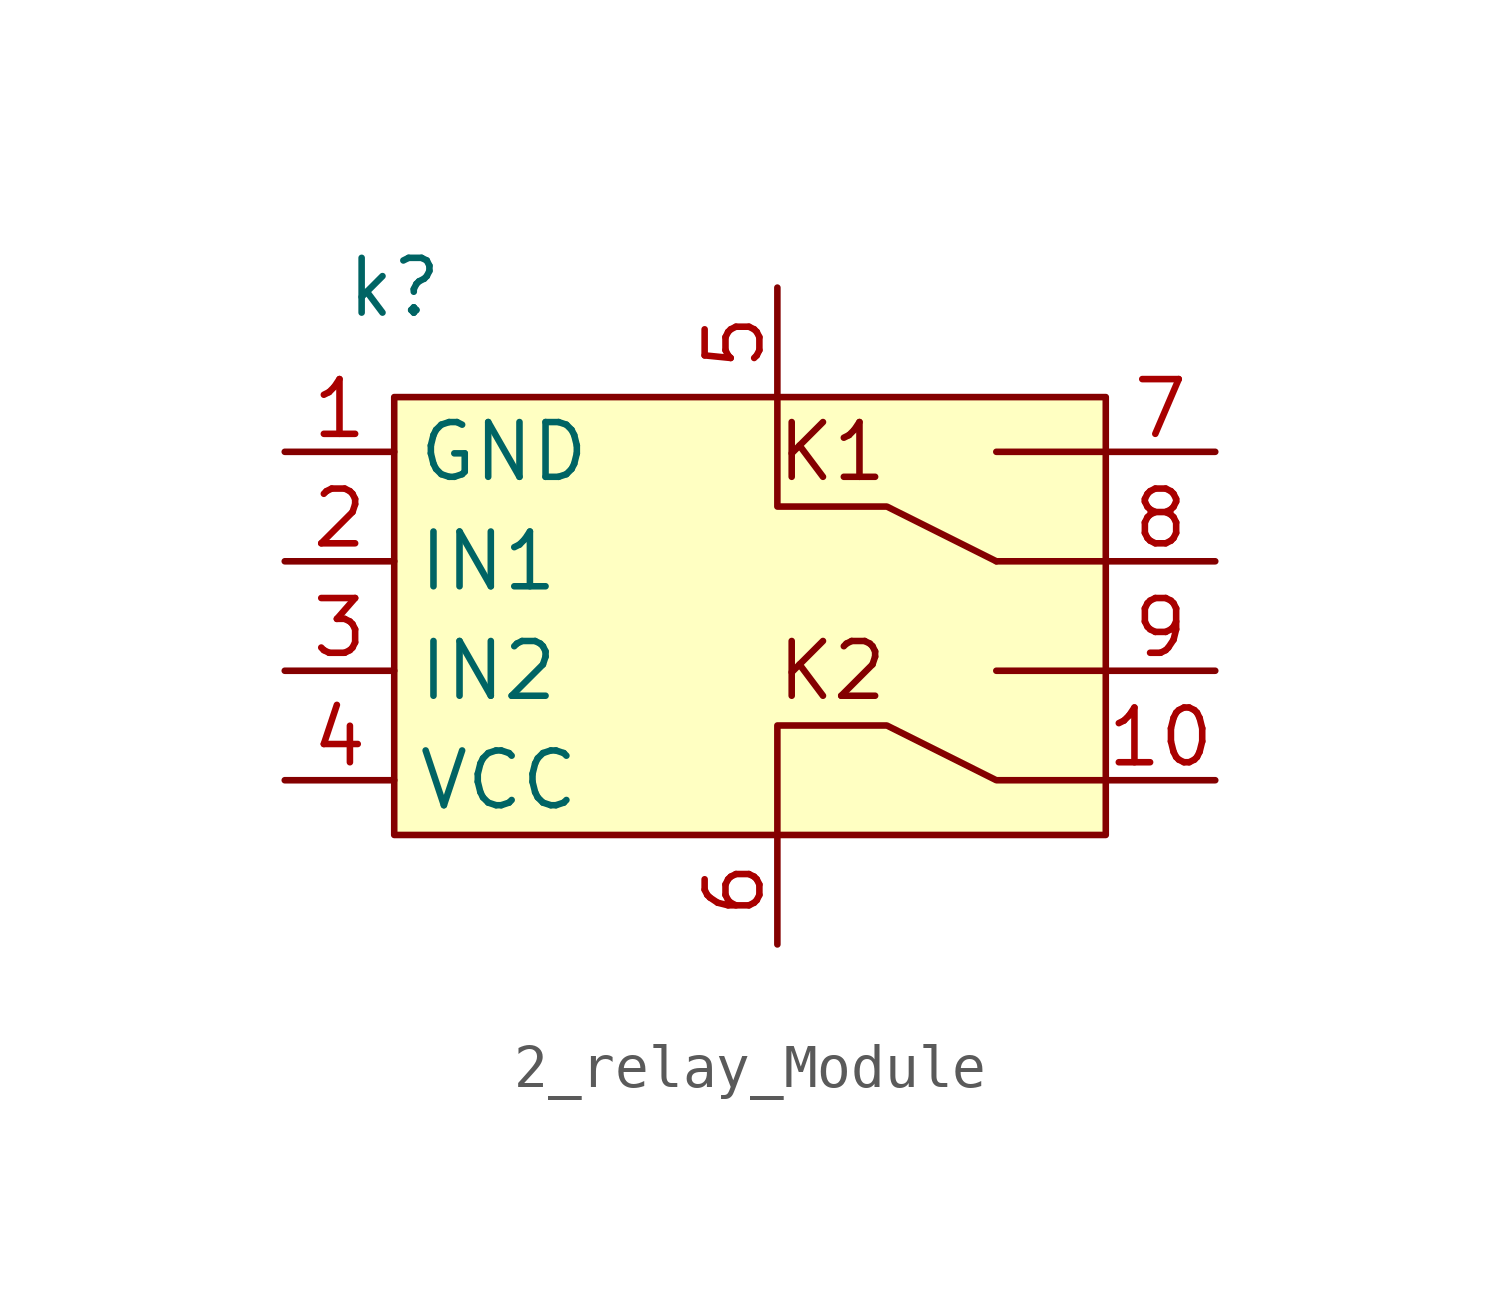
<source format=kicad_sym>
(kicad_symbol_lib
  (version 20220914)
  (generator kicad_symbol_editor)
  (symbol "2_relay_Module"
    (property "Reference" "k"
      (at -8.89 7.62 0)
      (effects (font (size 1.27 1.27))))
    (property "Value" ""
      (at 0 0 0)
      (effects (font (size 1.27 1.27))))
    (symbol "2_relay_Module_1_1"
      (rectangle (start -8.89 5.08) (end 7.62 -5.08) (stroke (width 0) (type default)) (fill (type background)))
      (polyline (pts (xy 5.08 -1.27) (xy 7.62 -1.27)) (stroke (width 0) (type default)) (fill (type none)))
      (polyline (pts (xy 5.08 1.27) (xy 7.62 1.27)) (stroke (width 0) (type default)) (fill (type none)))
      (polyline (pts (xy 5.08 3.81) (xy 7.62 3.81)) (stroke (width 0) (type default)) (fill (type none)))
      (polyline (pts (xy 0 5.08) (xy 0 2.54) (xy 2.54 2.54) (xy 5.08 1.27)) (stroke (width 0) (type default)) (fill (type none)))
      (polyline (pts (xy 0 -5.08) (xy 0 -2.54) (xy 2.54 -2.54) (xy 5.08 -3.81) (xy 7.62 -3.81)) (stroke (width 0) (type default)) (fill (type none)))
      (text "K1" (at 1.27 3.81 0) (effects (font (size 1.27 1.27))))
      (text "K2" (at 1.27 -1.27 0) (effects (font (size 1.27 1.27))))
      (pin input line (at -11.43 3.81 0) (length 2.54) (name "GND" (effects (font (size 1.27 1.27)))) (number "1" (effects (font (size 1.27 1.27)))))
      (pin bidirectional line (at 10.16 -3.81 180) (length 2.54) (name "" (effects (font (size 1.27 1.27)))) (number "10" (effects (font (size 1.27 1.27)))))
      (pin input line (at -11.43 1.27 0) (length 2.54) (name "IN1" (effects (font (size 1.27 1.27)))) (number "2" (effects (font (size 1.27 1.27)))))
      (pin input line (at -11.43 -1.27 0) (length 2.54) (name "IN2" (effects (font (size 1.27 1.27)))) (number "3" (effects (font (size 1.27 1.27)))))
      (pin input line (at -11.43 -3.81 0) (length 2.54) (name "VCC" (effects (font (size 1.27 1.27)))) (number "4" (effects (font (size 1.27 1.27)))))
      (pin input line (at 0 7.62 270) (length 2.54) (name "" (effects (font (size 1.27 1.27)))) (number "5" (effects (font (size 1.27 1.27)))))
      (pin input line (at 0 -7.62 90) (length 2.54) (name "" (effects (font (size 1.27 1.27)))) (number "6" (effects (font (size 1.27 1.27)))))
      (pin bidirectional line (at 10.16 3.81 180) (length 2.54) (name "" (effects (font (size 1.27 1.27)))) (number "7" (effects (font (size 1.27 1.27)))))
      (pin bidirectional line (at 10.16 1.27 180) (length 2.54) (name "" (effects (font (size 1.27 1.27)))) (number "8" (effects (font (size 1.27 1.27)))))
      (pin bidirectional line (at 10.16 -1.27 180) (length 2.54) (name "" (effects (font (size 1.27 1.27)))) (number "9" (effects (font (size 1.27 1.27))))))))
</source>
